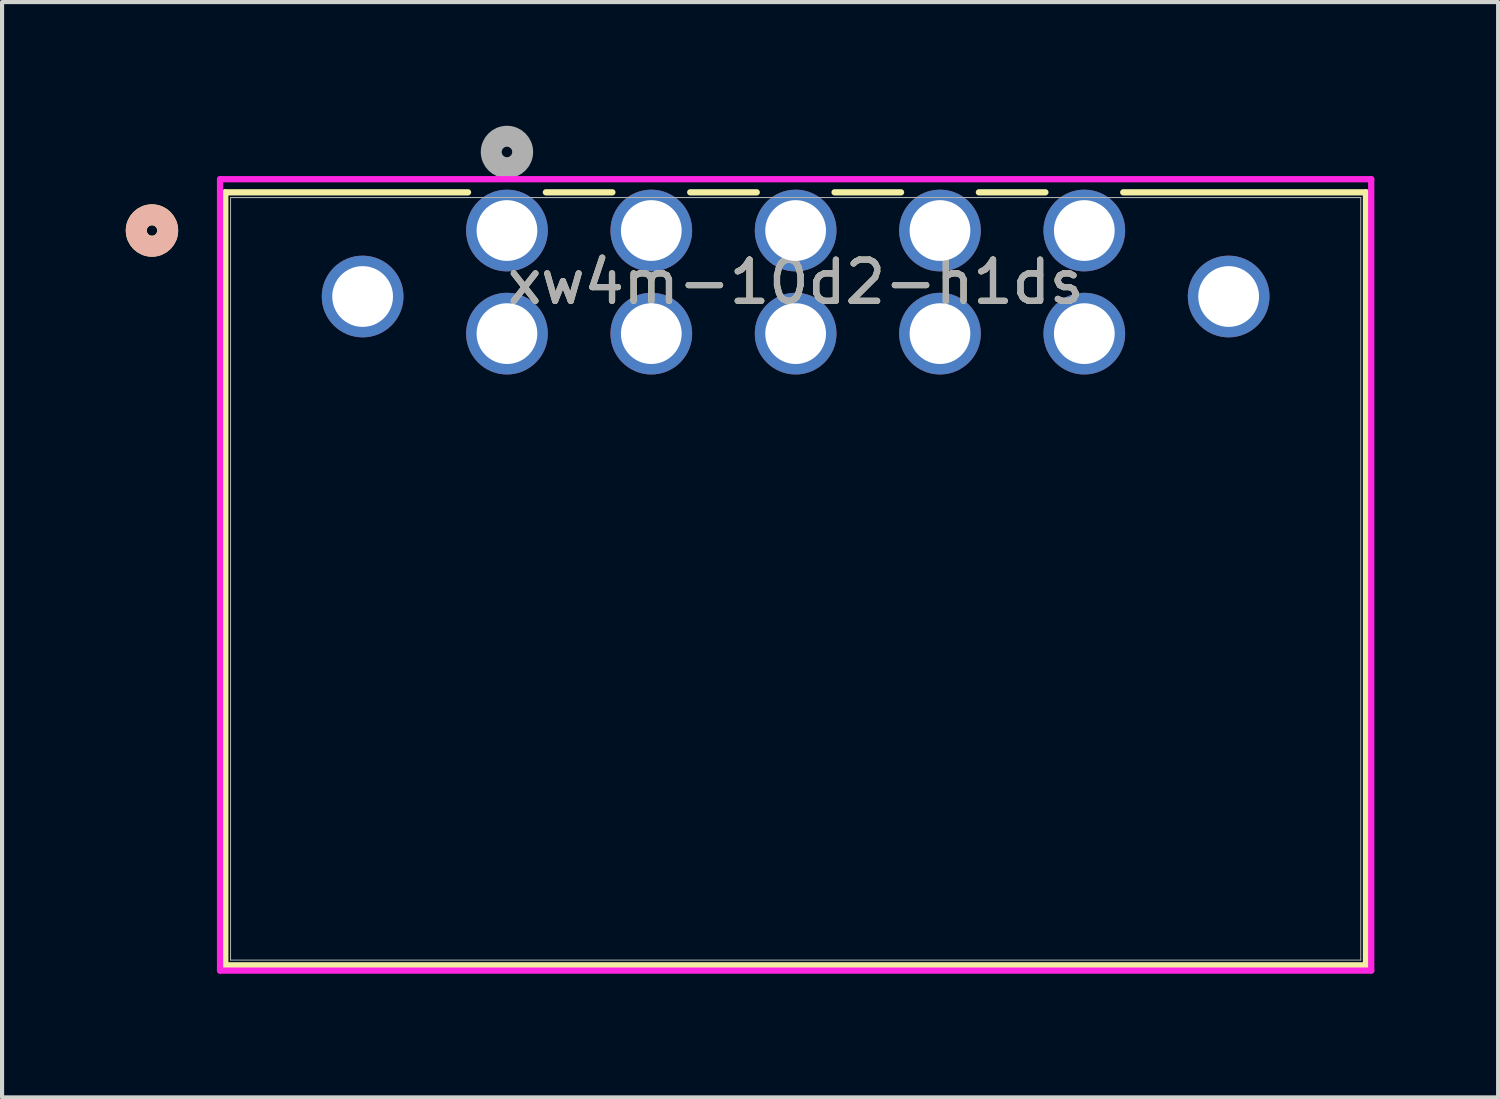
<source format=kicad_pcb>
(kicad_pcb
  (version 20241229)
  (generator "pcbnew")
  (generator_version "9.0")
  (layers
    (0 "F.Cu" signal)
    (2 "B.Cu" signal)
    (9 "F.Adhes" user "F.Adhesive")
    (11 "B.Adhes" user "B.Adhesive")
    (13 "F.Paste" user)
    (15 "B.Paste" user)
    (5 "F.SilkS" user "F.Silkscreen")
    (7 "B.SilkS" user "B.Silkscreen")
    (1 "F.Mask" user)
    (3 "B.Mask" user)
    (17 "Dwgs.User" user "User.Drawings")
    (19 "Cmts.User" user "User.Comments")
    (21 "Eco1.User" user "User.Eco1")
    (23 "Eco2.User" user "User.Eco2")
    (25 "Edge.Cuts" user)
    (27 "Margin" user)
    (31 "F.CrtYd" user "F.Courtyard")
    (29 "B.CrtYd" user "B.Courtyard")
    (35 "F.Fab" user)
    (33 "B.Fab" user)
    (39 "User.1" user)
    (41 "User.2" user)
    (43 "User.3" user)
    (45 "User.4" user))
  (footprint "xw4m-10d2-h1ds"
    (layer "F.Cu")
    (at 9.243 2.54)
    (property "Reference" "xw4m-10d2-h1ds" (at 7 1.25 0) (unlocked yes) (layer "F.SilkS") (effects (font (size 1 1) (thickness 0.15))))
    (attr through_hole)
    (fp_line (start -6.83 -0.927) (end -6.83 17.818) (stroke (width 0.152) (type solid)) (layer "F.SilkS"))
    (fp_line (start -6.83 17.818) (end 20.83 17.818) (stroke (width 0.152) (type solid)) (layer "F.SilkS"))
    (fp_line (start -0.944 -0.927) (end -6.83 -0.927) (stroke (width 0.152) (type solid)) (layer "F.SilkS"))
    (fp_line (start 2.556 -0.927) (end 0.944 -0.927) (stroke (width 0.152) (type solid)) (layer "F.SilkS"))
    (fp_line (start 6.056 -0.927) (end 4.444 -0.927) (stroke (width 0.152) (type solid)) (layer "F.SilkS"))
    (fp_line (start 9.556 -0.927) (end 7.944 -0.927) (stroke (width 0.152) (type solid)) (layer "F.SilkS"))
    (fp_line (start 13.056 -0.927) (end 11.444 -0.927) (stroke (width 0.152) (type solid)) (layer "F.SilkS"))
    (fp_line (start 20.83 -0.927) (end 14.944 -0.927) (stroke (width 0.152) (type solid)) (layer "F.SilkS"))
    (fp_line (start 20.83 17.818) (end 20.83 -0.927) (stroke (width 0.152) (type solid)) (layer "F.SilkS"))
    (fp_circle (center -8.608 0) (end -8.227 0) (stroke (width 0.508) (type solid)) (fill no) (layer "F.SilkS"))
    (fp_circle (center -8.608 0) (end -8.227 0) (stroke (width 0.508) (type solid)) (fill no) (layer "B.SilkS"))
    (fp_line (start -6.957 -1.245) (end -6.957 17.945) (stroke (width 0.152) (type solid)) (layer "F.CrtYd"))
    (fp_line (start -6.957 17.945) (end 20.957 17.945) (stroke (width 0.152) (type solid)) (layer "F.CrtYd"))
    (fp_line (start 20.957 -1.245) (end -6.957 -1.245) (stroke (width 0.152) (type solid)) (layer "F.CrtYd"))
    (fp_line (start 20.957 17.945) (end 20.957 -1.245) (stroke (width 0.152) (type solid)) (layer "F.CrtYd"))
    (fp_line (start -6.703 -0.8) (end -6.703 17.691) (stroke (width 0.025) (type solid)) (layer "F.Fab"))
    (fp_line (start -6.703 17.691) (end 20.703 17.691) (stroke (width 0.025) (type solid)) (layer "F.Fab"))
    (fp_line (start 20.703 -0.8) (end -6.703 -0.8) (stroke (width 0.025) (type solid)) (layer "F.Fab"))
    (fp_line (start 20.703 17.691) (end 20.703 -0.8) (stroke (width 0.025) (type solid)) (layer "F.Fab"))
    (fp_circle (center 0 -1.905) (end 0.381 -1.905) (stroke (width 0.508) (type solid)) (fill no) (layer "F.Fab"))
    (fp_text user "${REFERENCE}" (at 7 1.25 0) (unlocked yes) (layer "F.Fab") (effects (font (size 1 1) (thickness 0.15))))
    (pad "1" thru_hole circle (at 0 0) (size 1.981 1.981) (drill 1.473) (layers "*.Cu" "*.Mask"))
    (pad "2" thru_hole circle (at 3.5 0) (size 1.981 1.981) (drill 1.473) (layers "*.Cu" "*.Mask"))
    (pad "3" thru_hole circle (at 7 0) (size 1.981 1.981) (drill 1.473) (layers "*.Cu" "*.Mask"))
    (pad "4" thru_hole circle (at 10.5 0) (size 1.981 1.981) (drill 1.473) (layers "*.Cu" "*.Mask"))
    (pad "5" thru_hole circle (at 14 0) (size 1.981 1.981) (drill 1.473) (layers "*.Cu" "*.Mask"))
    (pad "6" thru_hole circle (at 0 2.5) (size 1.981 1.981) (drill 1.473) (layers "*.Cu" "*.Mask"))
    (pad "7" thru_hole circle (at 3.5 2.5) (size 1.981 1.981) (drill 1.473) (layers "*.Cu" "*.Mask"))
    (pad "8" thru_hole circle (at 7 2.5) (size 1.981 1.981) (drill 1.473) (layers "*.Cu" "*.Mask"))
    (pad "9" thru_hole circle (at 10.5 2.5) (size 1.981 1.981) (drill 1.473) (layers "*.Cu" "*.Mask"))
    (pad "10" thru_hole circle (at 14 2.5) (size 1.981 1.981) (drill 1.473) (layers "*.Cu" "*.Mask"))
    (pad "11" thru_hole circle (at -3.5 1.6) (size 1.981 1.981) (drill 1.473) (layers "*.Cu" "*.Mask"))
    (pad "12" thru_hole circle (at 17.5 1.6) (size 1.981 1.981) (drill 1.473) (layers "*.Cu" "*.Mask")))
  (gr_rect
    (start -3 -3)
    (end 33.277 23.561)
    (stroke (width 0.1) (type default))
    (fill no)
    (layer "Edge.Cuts")))
</source>
